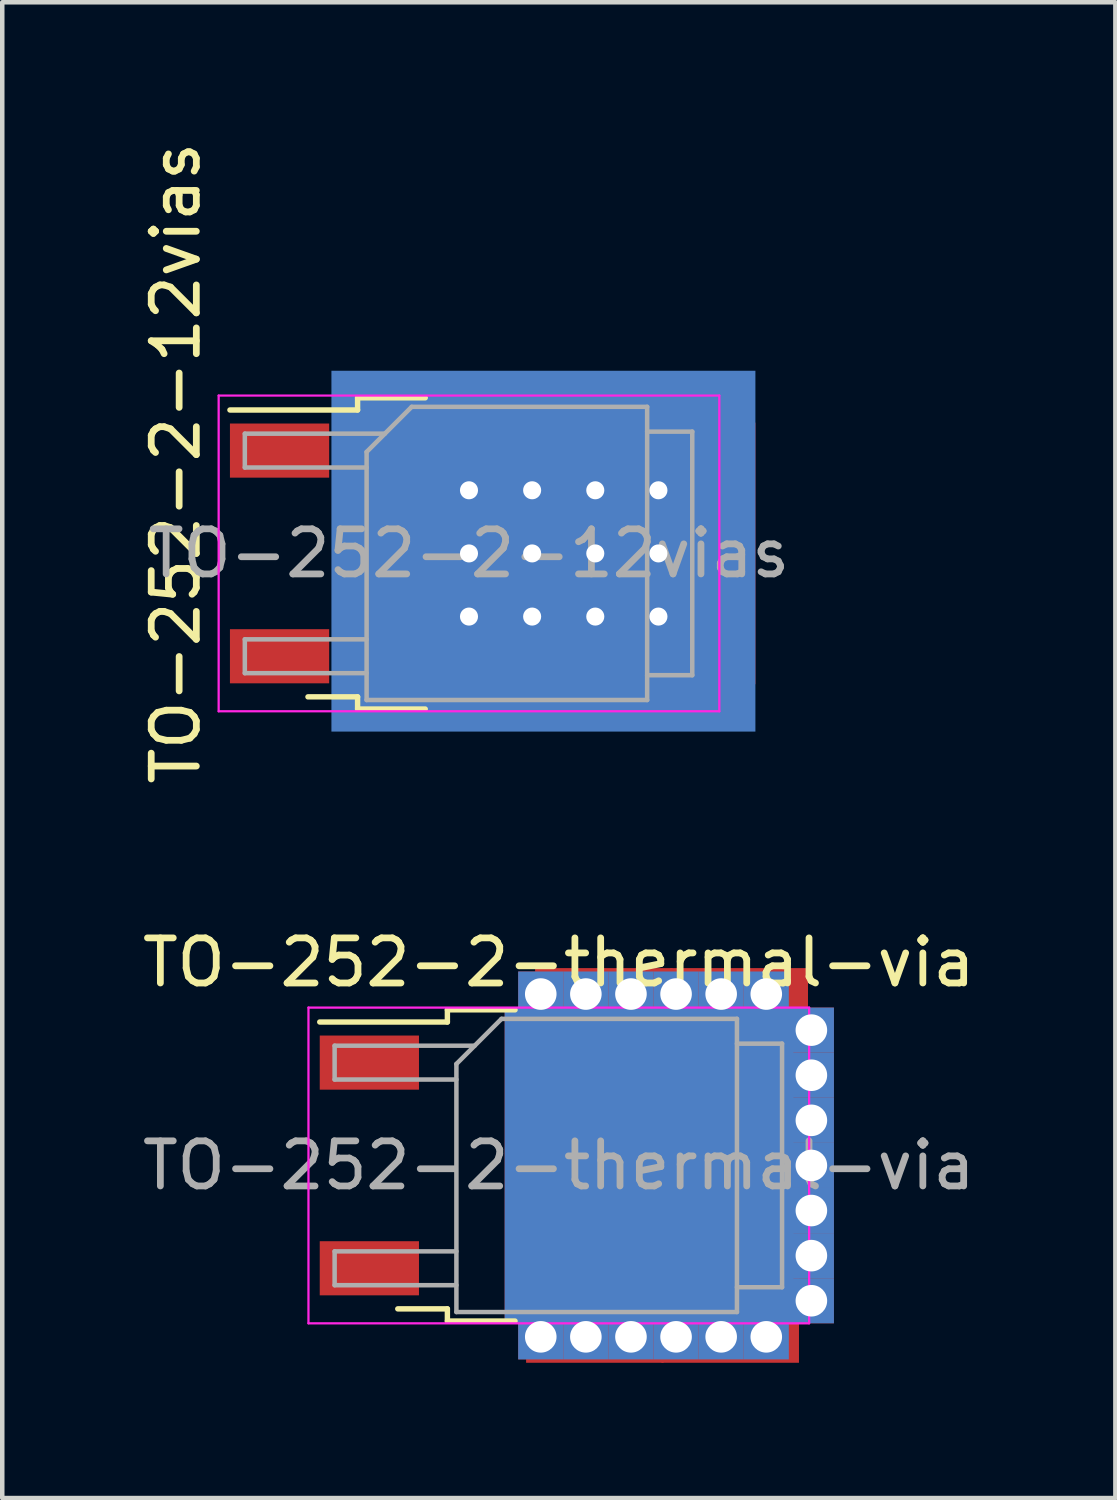
<source format=kicad_pcb>
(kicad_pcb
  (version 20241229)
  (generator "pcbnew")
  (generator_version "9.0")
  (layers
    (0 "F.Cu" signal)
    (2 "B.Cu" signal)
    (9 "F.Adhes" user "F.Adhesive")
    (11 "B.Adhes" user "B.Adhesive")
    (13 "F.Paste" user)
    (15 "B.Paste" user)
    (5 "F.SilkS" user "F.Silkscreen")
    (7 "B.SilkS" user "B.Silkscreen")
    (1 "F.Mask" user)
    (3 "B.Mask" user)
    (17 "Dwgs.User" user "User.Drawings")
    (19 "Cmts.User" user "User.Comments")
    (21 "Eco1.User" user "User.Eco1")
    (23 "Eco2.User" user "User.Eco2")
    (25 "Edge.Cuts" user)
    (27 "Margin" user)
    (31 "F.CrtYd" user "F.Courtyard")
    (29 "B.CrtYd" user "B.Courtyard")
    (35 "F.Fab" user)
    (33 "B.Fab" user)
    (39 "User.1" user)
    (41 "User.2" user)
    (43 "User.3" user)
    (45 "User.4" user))
  (footprint "TO-252-2-12vias"
    (layer "F.Cu")
    (at 7.348 9.22)
    (property "Reference" "TO-252-2-12vias" (at -6.5 -2 270) (layer "F.SilkS") (effects (font (size 1 1) (thickness 0.15))))
    (attr smd)
    (fp_line (start -2.47 -3.45) (end -2.47 -3.18) (stroke (width 0.12) (type solid)) (layer "F.SilkS"))
    (fp_line (start -2.47 -3.18) (end -5.3 -3.18) (stroke (width 0.12) (type solid)) (layer "F.SilkS"))
    (fp_line (start -2.47 3.18) (end -3.57 3.18) (stroke (width 0.12) (type solid)) (layer "F.SilkS"))
    (fp_line (start -2.47 3.45) (end -2.47 3.18) (stroke (width 0.12) (type solid)) (layer "F.SilkS"))
    (fp_line (start -0.97 -3.45) (end -2.47 -3.45) (stroke (width 0.12) (type solid)) (layer "F.SilkS"))
    (fp_line (start -0.97 3.45) (end -2.47 3.45) (stroke (width 0.12) (type solid)) (layer "F.SilkS"))
    (fp_line (start -5.55 -3.5) (end -5.55 3.5) (stroke (width 0.05) (type solid)) (layer "F.CrtYd"))
    (fp_line (start -5.55 3.5) (end 5.55 3.5) (stroke (width 0.05) (type solid)) (layer "F.CrtYd"))
    (fp_line (start 5.55 -3.5) (end -5.55 -3.5) (stroke (width 0.05) (type solid)) (layer "F.CrtYd"))
    (fp_line (start 5.55 3.5) (end 5.55 -3.5) (stroke (width 0.05) (type solid)) (layer "F.CrtYd"))
    (fp_line (start -4.97 -2.655) (end -4.97 -1.905) (stroke (width 0.1) (type solid)) (layer "F.Fab"))
    (fp_line (start -4.97 -1.905) (end -2.27 -1.905) (stroke (width 0.1) (type solid)) (layer "F.Fab"))
    (fp_line (start -4.97 1.905) (end -4.97 2.655) (stroke (width 0.1) (type solid)) (layer "F.Fab"))
    (fp_line (start -4.97 2.655) (end -2.27 2.655) (stroke (width 0.1) (type solid)) (layer "F.Fab"))
    (fp_line (start -2.27 -2.25) (end -1.27 -3.25) (stroke (width 0.1) (type solid)) (layer "F.Fab"))
    (fp_line (start -2.27 1.905) (end -4.97 1.905) (stroke (width 0.1) (type solid)) (layer "F.Fab"))
    (fp_line (start -2.27 3.25) (end -2.27 -2.25) (stroke (width 0.1) (type solid)) (layer "F.Fab"))
    (fp_line (start -1.865 -2.655) (end -4.97 -2.655) (stroke (width 0.1) (type solid)) (layer "F.Fab"))
    (fp_line (start -1.27 -3.25) (end 3.95 -3.25) (stroke (width 0.1) (type solid)) (layer "F.Fab"))
    (fp_line (start 3.95 -3.25) (end 3.95 3.25) (stroke (width 0.1) (type solid)) (layer "F.Fab"))
    (fp_line (start 3.95 -2.7) (end 4.95 -2.7) (stroke (width 0.1) (type solid)) (layer "F.Fab"))
    (fp_line (start 3.95 3.25) (end -2.27 3.25) (stroke (width 0.1) (type solid)) (layer "F.Fab"))
    (fp_line (start 4.95 -2.7) (end 4.95 2.7) (stroke (width 0.1) (type solid)) (layer "F.Fab"))
    (fp_line (start 4.95 2.7) (end 3.95 2.7) (stroke (width 0.1) (type solid)) (layer "F.Fab"))
    (fp_text user "${REFERENCE}" (at 0 0 0) (layer "F.Fab") (effects (font (size 1 1) (thickness 0.15))))
    (pad "1" smd rect (at -4.2 -2.28) (size 2.2 1.2) (layers "F.Cu" "F.Mask" "F.Paste"))
    (pad "2" thru_hole rect (at 0 -1.4) (size 1 1) (drill 0.4) (layers "*.Cu" "*.Mask"))
    (pad "2" thru_hole rect (at 0 0) (size 1 1) (drill 0.4) (layers "*.Cu" "*.Mask"))
    (pad "2" thru_hole rect (at 0 1.4) (size 1 1) (drill 0.4) (layers "*.Cu" "*.Mask"))
    (pad "2" thru_hole rect (at 1.4 -1.4) (size 1 1) (drill 0.4) (layers "*.Cu" "*.Mask"))
    (pad "2" thru_hole rect (at 1.4 0) (size 1 1) (drill 0.4) (layers "*.Cu" "*.Mask"))
    (pad "2" thru_hole rect (at 1.4 1.4) (size 1 1) (drill 0.4) (layers "*.Cu" "*.Mask"))
    (pad "2" smd rect (at 1.65 -0.05) (size 9.4 8) (layers "B.Cu" "B.Mask"))
    (pad "2" smd rect (at 2.65 0) (size 7.4 5.8) (layers "F.Cu" "F.Mask"))
    (pad "2" thru_hole rect (at 2.8 -1.4) (size 1 1) (drill 0.4) (layers "*.Cu" "*.Mask"))
    (pad "2" thru_hole rect (at 2.8 0) (size 1 1) (drill 0.4) (layers "*.Cu" "*.Mask"))
    (pad "2" thru_hole rect (at 2.8 1.4) (size 1 1) (drill 0.4) (layers "*.Cu" "*.Mask"))
    (pad "2" thru_hole rect (at 4.2 -1.4) (size 1 1) (drill 0.4) (layers "*.Cu" "*.Mask"))
    (pad "2" thru_hole rect (at 4.2 0) (size 1 1) (drill 0.4) (layers "*.Cu" "*.Mask"))
    (pad "2" thru_hole rect (at 4.2 1.4) (size 1 1) (drill 0.4) (layers "*.Cu" "*.Mask"))
    (pad "3" smd rect (at -4.2 2.28) (size 2.2 1.2) (layers "F.Cu" "F.Mask" "F.Paste")))
  (footprint "TO-252-2-thermal-via"
    (layer "F.Cu")
    (at 9.339 22.789)
    (property "Reference" "TO-252-2-thermal-via" (at 0 -4.5 0) (layer "F.SilkS") (effects (font (size 1 1) (thickness 0.15))))
    (attr smd)
    (fp_line (start -2.47 -3.45) (end -2.47 -3.18) (stroke (width 0.12) (type solid)) (layer "F.SilkS"))
    (fp_line (start -2.47 -3.18) (end -5.3 -3.18) (stroke (width 0.12) (type solid)) (layer "F.SilkS"))
    (fp_line (start -2.47 3.18) (end -3.57 3.18) (stroke (width 0.12) (type solid)) (layer "F.SilkS"))
    (fp_line (start -2.47 3.45) (end -2.47 3.18) (stroke (width 0.12) (type solid)) (layer "F.SilkS"))
    (fp_line (start -0.97 -3.45) (end -2.47 -3.45) (stroke (width 0.12) (type solid)) (layer "F.SilkS"))
    (fp_line (start -0.97 3.45) (end -2.47 3.45) (stroke (width 0.12) (type solid)) (layer "F.SilkS"))
    (fp_line (start -5.55 -3.5) (end -5.55 3.5) (stroke (width 0.05) (type solid)) (layer "F.CrtYd"))
    (fp_line (start -5.55 3.5) (end 5.55 3.5) (stroke (width 0.05) (type solid)) (layer "F.CrtYd"))
    (fp_line (start 5.55 -3.5) (end -5.55 -3.5) (stroke (width 0.05) (type solid)) (layer "F.CrtYd"))
    (fp_line (start 5.55 3.5) (end 5.55 -3.5) (stroke (width 0.05) (type solid)) (layer "F.CrtYd"))
    (fp_line (start -4.97 -2.655) (end -4.97 -1.905) (stroke (width 0.1) (type solid)) (layer "F.Fab"))
    (fp_line (start -4.97 -1.905) (end -2.27 -1.905) (stroke (width 0.1) (type solid)) (layer "F.Fab"))
    (fp_line (start -4.97 1.905) (end -4.97 2.655) (stroke (width 0.1) (type solid)) (layer "F.Fab"))
    (fp_line (start -4.97 2.655) (end -2.27 2.655) (stroke (width 0.1) (type solid)) (layer "F.Fab"))
    (fp_line (start -2.27 -2.25) (end -1.27 -3.25) (stroke (width 0.1) (type solid)) (layer "F.Fab"))
    (fp_line (start -2.27 1.905) (end -4.97 1.905) (stroke (width 0.1) (type solid)) (layer "F.Fab"))
    (fp_line (start -2.27 3.25) (end -2.27 -2.25) (stroke (width 0.1) (type solid)) (layer "F.Fab"))
    (fp_line (start -1.865 -2.655) (end -4.97 -2.655) (stroke (width 0.1) (type solid)) (layer "F.Fab"))
    (fp_line (start -1.27 -3.25) (end 3.95 -3.25) (stroke (width 0.1) (type solid)) (layer "F.Fab"))
    (fp_line (start 3.95 -3.25) (end 3.95 3.25) (stroke (width 0.1) (type solid)) (layer "F.Fab"))
    (fp_line (start 3.95 -2.7) (end 4.95 -2.7) (stroke (width 0.1) (type solid)) (layer "F.Fab"))
    (fp_line (start 3.95 3.25) (end -2.27 3.25) (stroke (width 0.1) (type solid)) (layer "F.Fab"))
    (fp_line (start 4.95 -2.7) (end 4.95 2.7) (stroke (width 0.1) (type solid)) (layer "F.Fab"))
    (fp_line (start 4.95 2.7) (end 3.95 2.7) (stroke (width 0.1) (type solid)) (layer "F.Fab"))
    (fp_text user "${REFERENCE}" (at 0 0 0) (layer "F.Fab") (effects (font (size 1 1) (thickness 0.15))))
    (pad "1" smd rect (at -4.2 -2.28) (size 2.2 1.2) (layers "F.Cu" "F.Mask" "F.Paste"))
    (pad "2" smd rect (at 0.8 3) (size 3.05 2.75) (layers "F.Cu" "F.Paste"))
    (pad "2" smd rect (at 1 -3) (size 3.05 2.75) (layers "F.Cu" "F.Paste"))
    (pad "2" smd rect (at 2 0) (size 6.4 7) (layers "F.Cu" "F.Mask"))
    (pad "2" smd rect (at 2 0) (size 6.4 7) (layers "B.Cu" "B.Mask"))
    (pad "2" smd rect (at 3.8 3) (size 3.05 2.75) (layers "F.Cu" "F.Paste"))
    (pad "2" smd rect (at 4 -3) (size 3.05 2.75) (layers "F.Cu" "F.Paste"))
    (pad "3" smd rect (at -4.2 2.28) (size 2.2 1.2) (layers "F.Cu" "F.Mask" "F.Paste"))
    (pad "4" thru_hole rect (at -0.4 -3.8) (size 1 1) (drill 0.7) (layers "*.Cu" "*.Mask"))
    (pad "4" thru_hole rect (at -0.4 3.8) (size 1 1) (drill 0.7) (layers "*.Cu" "*.Mask"))
    (pad "4" thru_hole rect (at 0.6 -3.8) (size 1 1) (drill 0.7) (layers "*.Cu" "*.Mask"))
    (pad "4" thru_hole rect (at 0.6 3.8) (size 1 1) (drill 0.7) (layers "*.Cu" "*.Mask"))
    (pad "4" thru_hole rect (at 1.6 -3.8) (size 1 1) (drill 0.7) (layers "*.Cu" "*.Mask"))
    (pad "4" thru_hole rect (at 1.6 3.8) (size 1 1) (drill 0.7) (layers "*.Cu" "*.Mask"))
    (pad "4" thru_hole rect (at 2.6 -3.8) (size 1 1) (drill 0.7) (layers "*.Cu" "*.Mask"))
    (pad "4" thru_hole rect (at 2.6 3.8) (size 1 1) (drill 0.7) (layers "*.Cu" "*.Mask"))
    (pad "4" thru_hole rect (at 3.6 -3.8) (size 1 1) (drill 0.7) (layers "*.Cu" "*.Mask"))
    (pad "4" thru_hole rect (at 3.6 3.8) (size 1 1) (drill 0.7) (layers "*.Cu" "*.Mask"))
    (pad "4" thru_hole rect (at 4.6 -3.8) (size 1 1) (drill 0.7) (layers "*.Cu" "*.Mask"))
    (pad "4" thru_hole rect (at 4.6 3.8) (size 1 1) (drill 0.7) (layers "*.Cu" "*.Mask"))
    (pad "4" thru_hole rect (at 5.6 -3) (size 1 1) (drill 0.7) (layers "*.Cu" "*.Mask"))
    (pad "4" thru_hole rect (at 5.6 -2) (size 1 1) (drill 0.7) (layers "*.Cu" "*.Mask"))
    (pad "4" thru_hole rect (at 5.6 -1) (size 1 1) (drill 0.7) (layers "*.Cu" "*.Mask"))
    (pad "4" thru_hole rect (at 5.6 0) (size 1 1) (drill 0.7) (layers "*.Cu" "*.Mask"))
    (pad "4" thru_hole rect (at 5.6 1) (size 1 1) (drill 0.7) (layers "*.Cu" "*.Mask"))
    (pad "4" thru_hole rect (at 5.6 2) (size 1 1) (drill 0.7) (layers "*.Cu" "*.Mask"))
    (pad "4" thru_hole rect (at 5.6 3) (size 1 1) (drill 0.7) (layers "*.Cu" "*.Mask")))
  (gr_rect
    (start -3 -3)
    (end 21.679 30.164)
    (stroke (width 0.1) (type default))
    (fill no)
    (layer "Edge.Cuts")))
</source>
